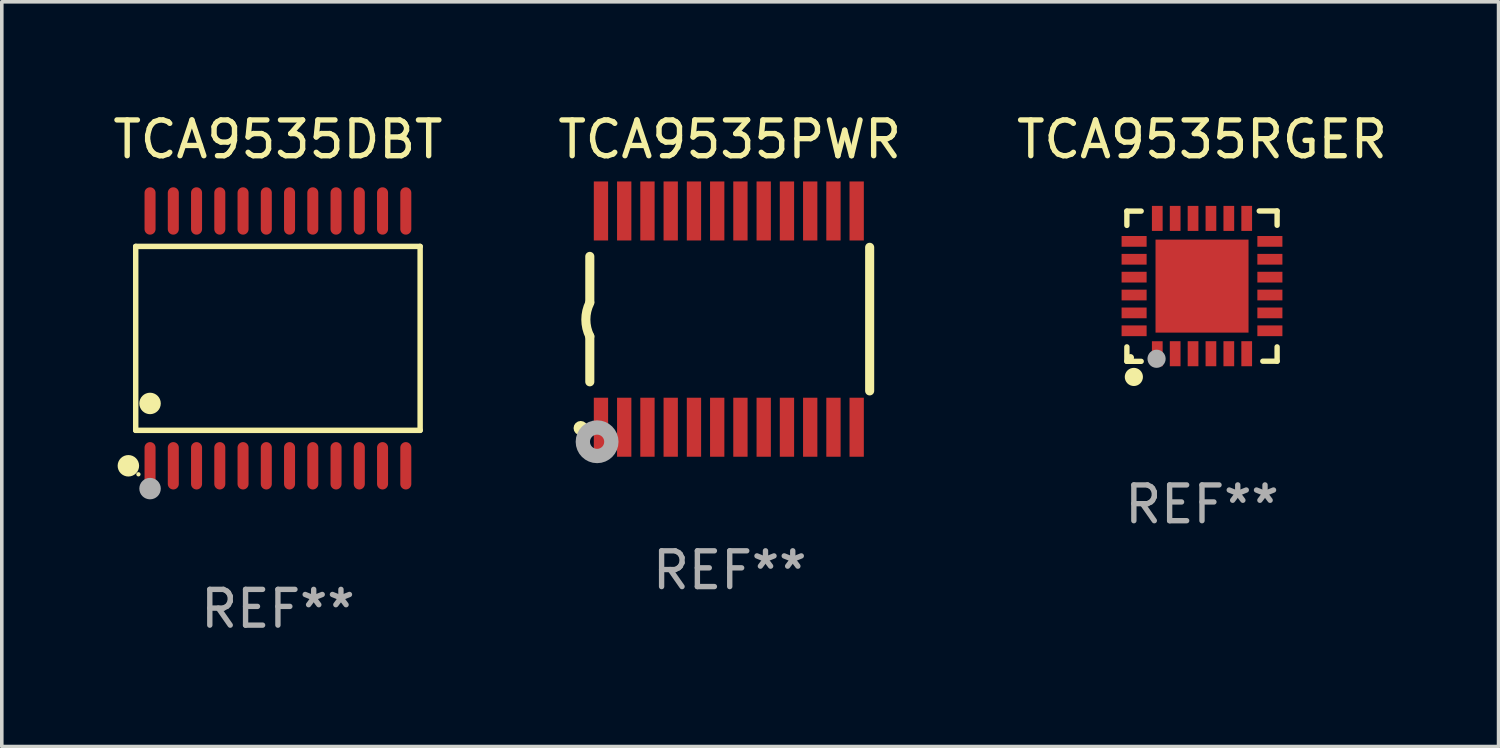
<source format=kicad_pcb>
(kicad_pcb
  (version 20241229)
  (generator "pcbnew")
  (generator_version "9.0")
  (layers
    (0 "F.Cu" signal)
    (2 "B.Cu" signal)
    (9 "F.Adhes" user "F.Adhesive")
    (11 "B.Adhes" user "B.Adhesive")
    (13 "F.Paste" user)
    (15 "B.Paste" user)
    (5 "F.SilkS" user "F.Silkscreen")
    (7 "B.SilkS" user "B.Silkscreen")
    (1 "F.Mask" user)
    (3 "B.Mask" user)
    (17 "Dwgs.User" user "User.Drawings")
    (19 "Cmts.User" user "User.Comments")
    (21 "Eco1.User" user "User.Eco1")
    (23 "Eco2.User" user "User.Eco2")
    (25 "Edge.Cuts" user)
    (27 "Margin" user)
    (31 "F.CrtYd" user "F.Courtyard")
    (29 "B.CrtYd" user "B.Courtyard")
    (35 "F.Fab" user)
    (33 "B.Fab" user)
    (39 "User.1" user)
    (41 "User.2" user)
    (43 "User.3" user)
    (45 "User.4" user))
  (footprint "TCA9535DBT"
    (layer "F.Cu")
    (at 4.72 6.41)
    (property "Reference" "TCA9535DBT" (at 0 -5.562 0) (layer "F.SilkS") (effects (font (size 1 1) (thickness 0.15))))
    (attr through_hole)
    (fp_line (start -3.976 -2.571) (end 3.976 -2.571) (stroke (width 0.152) (type solid)) (layer "F.SilkS"))
    (fp_line (start -3.976 2.571) (end -3.976 -2.571) (stroke (width 0.152) (type solid)) (layer "F.SilkS"))
    (fp_line (start 3.976 -2.571) (end 3.976 2.571) (stroke (width 0.152) (type solid)) (layer "F.SilkS"))
    (fp_line (start 3.976 2.571) (end -3.976 2.571) (stroke (width 0.152) (type solid)) (layer "F.SilkS"))
    (fp_circle (center -4.181 3.562) (end -4.031 3.562) (stroke (width 0.3) (type solid)) (fill no) (layer "F.SilkS"))
    (fp_circle (center -3.9 3.8) (end -3.87 3.8) (stroke (width 0.06) (type solid)) (fill no) (layer "F.SilkS"))
    (fp_circle (center -3.575 1.819) (end -3.425 1.819) (stroke (width 0.3) (type solid)) (fill no) (layer "F.SilkS"))
    (fp_circle (center -3.575 4.2) (end -3.425 4.2) (stroke (width 0.3) (type solid)) (fill no) (layer "F.Fab"))
    (fp_text user "REF**" (at 0 7.562 0) (layer "F.Fab") (effects (font (size 1 1) (thickness 0.15))))
    (pad "1" smd oval (at -3.575 3.562) (size 0.308 1.324) (layers "F.Cu" "F.Mask" "F.Paste"))
    (pad "2" smd oval (at -2.925 3.562) (size 0.308 1.324) (layers "F.Cu" "F.Mask" "F.Paste"))
    (pad "3" smd oval (at -2.275 3.562) (size 0.308 1.324) (layers "F.Cu" "F.Mask" "F.Paste"))
    (pad "4" smd oval (at -1.625 3.562) (size 0.308 1.324) (layers "F.Cu" "F.Mask" "F.Paste"))
    (pad "5" smd oval (at -0.975 3.562) (size 0.308 1.324) (layers "F.Cu" "F.Mask" "F.Paste"))
    (pad "6" smd oval (at -0.325 3.562) (size 0.308 1.324) (layers "F.Cu" "F.Mask" "F.Paste"))
    (pad "7" smd oval (at 0.325 3.562) (size 0.308 1.324) (layers "F.Cu" "F.Mask" "F.Paste"))
    (pad "8" smd oval (at 0.975 3.562) (size 0.308 1.324) (layers "F.Cu" "F.Mask" "F.Paste"))
    (pad "9" smd oval (at 1.625 3.562) (size 0.308 1.324) (layers "F.Cu" "F.Mask" "F.Paste"))
    (pad "10" smd oval (at 2.275 3.562) (size 0.308 1.324) (layers "F.Cu" "F.Mask" "F.Paste"))
    (pad "11" smd oval (at 2.925 3.562) (size 0.308 1.324) (layers "F.Cu" "F.Mask" "F.Paste"))
    (pad "12" smd oval (at 3.575 3.562) (size 0.308 1.324) (layers "F.Cu" "F.Mask" "F.Paste"))
    (pad "13" smd oval (at 3.575 -3.562) (size 0.308 1.324) (layers "F.Cu" "F.Mask" "F.Paste"))
    (pad "14" smd oval (at 2.925 -3.562) (size 0.308 1.324) (layers "F.Cu" "F.Mask" "F.Paste"))
    (pad "15" smd oval (at 2.275 -3.562) (size 0.308 1.324) (layers "F.Cu" "F.Mask" "F.Paste"))
    (pad "16" smd oval (at 1.625 -3.562) (size 0.308 1.324) (layers "F.Cu" "F.Mask" "F.Paste"))
    (pad "17" smd oval (at 0.975 -3.562) (size 0.308 1.324) (layers "F.Cu" "F.Mask" "F.Paste"))
    (pad "18" smd oval (at 0.325 -3.562) (size 0.308 1.324) (layers "F.Cu" "F.Mask" "F.Paste"))
    (pad "19" smd oval (at -0.325 -3.562) (size 0.308 1.324) (layers "F.Cu" "F.Mask" "F.Paste"))
    (pad "20" smd oval (at -0.975 -3.562) (size 0.308 1.324) (layers "F.Cu" "F.Mask" "F.Paste"))
    (pad "21" smd oval (at -1.625 -3.562) (size 0.308 1.324) (layers "F.Cu" "F.Mask" "F.Paste"))
    (pad "22" smd oval (at -2.275 -3.562) (size 0.308 1.324) (layers "F.Cu" "F.Mask" "F.Paste"))
    (pad "23" smd oval (at -2.925 -3.562) (size 0.308 1.324) (layers "F.Cu" "F.Mask" "F.Paste"))
    (pad "24" smd oval (at -3.575 -3.562) (size 0.308 1.324) (layers "F.Cu" "F.Mask" "F.Paste")))
  (footprint "TCA9535RGER"
    (layer "F.Cu")
    (at 30.554 4.95)
    (property "Reference" "TCA9535RGER" (at 0 -4.102 0) (layer "F.SilkS") (effects (font (size 1 1) (thickness 0.15))))
    (attr through_hole)
    (fp_line (start -2.1 -2.098) (end -1.7 -2.098) (stroke (width 0.15) (type solid)) (layer "F.SilkS"))
    (fp_line (start -2.1 -1.698) (end -2.1 -2.098) (stroke (width 0.15) (type solid)) (layer "F.SilkS"))
    (fp_line (start -2.1 2.102) (end -2.1 1.698) (stroke (width 0.15) (type solid)) (layer "F.SilkS"))
    (fp_line (start -1.7 2.102) (end -2.1 2.102) (stroke (width 0.15) (type solid)) (layer "F.SilkS"))
    (fp_line (start 1.6 -2.102) (end 2.1 -2.102) (stroke (width 0.15) (type solid)) (layer "F.SilkS"))
    (fp_line (start 1.7 2.098) (end 2.1 2.098) (stroke (width 0.15) (type solid)) (layer "F.SilkS"))
    (fp_line (start 2.1 -2.102) (end 2.1 -1.702) (stroke (width 0.15) (type solid)) (layer "F.SilkS"))
    (fp_line (start 2.1 2.098) (end 2.1 1.698) (stroke (width 0.15) (type solid)) (layer "F.SilkS"))
    (fp_circle (center -2 1.998) (end -1.95 1.998) (stroke (width 0.1) (type solid)) (fill no) (layer "F.SilkS"))
    (fp_circle (center -1.905 2.538) (end -1.778 2.538) (stroke (width 0.254) (type solid)) (fill no) (layer "F.SilkS"))
    (fp_circle (center -1.27 2.03) (end -1.143 2.03) (stroke (width 0.254) (type solid)) (fill no) (layer "F.Fab"))
    (fp_text user "REF**" (at 0 6.102 0) (layer "F.Fab") (effects (font (size 1 1) (thickness 0.15))))
    (pad "1" smd rect (at -1.25 1.89 180) (size 0.3 0.7) (layers "F.Cu" "F.Mask" "F.Paste"))
    (pad "2" smd rect (at -0.75 1.889 180) (size 0.3 0.7) (layers "F.Cu" "F.Mask" "F.Paste"))
    (pad "3" smd rect (at -0.25 1.889 180) (size 0.3 0.7) (layers "F.Cu" "F.Mask" "F.Paste"))
    (pad "4" smd rect (at 0.25 1.889 180) (size 0.3 0.7) (layers "F.Cu" "F.Mask" "F.Paste"))
    (pad "5" smd rect (at 0.75 1.889 180) (size 0.3 0.7) (layers "F.Cu" "F.Mask" "F.Paste"))
    (pad "6" smd rect (at 1.25 1.889 180) (size 0.3 0.7) (layers "F.Cu" "F.Mask" "F.Paste"))
    (pad "7" smd rect (at 1.898 1.248 270) (size 0.3 0.7) (layers "F.Cu" "F.Mask" "F.Paste"))
    (pad "8" smd rect (at 1.898 0.748 270) (size 0.3 0.7) (layers "F.Cu" "F.Mask" "F.Paste"))
    (pad "9" smd rect (at 1.898 0.248 270) (size 0.3 0.7) (layers "F.Cu" "F.Mask" "F.Paste"))
    (pad "10" smd rect (at 1.898 -0.252 270) (size 0.3 0.7) (layers "F.Cu" "F.Mask" "F.Paste"))
    (pad "11" smd rect (at 1.898 -0.752 270) (size 0.3 0.7) (layers "F.Cu" "F.Mask" "F.Paste"))
    (pad "12" smd rect (at 1.898 -1.252 270) (size 0.3 0.7) (layers "F.Cu" "F.Mask" "F.Paste"))
    (pad "13" smd rect (at 1.25 -1.894) (size 0.3 0.7) (layers "F.Cu" "F.Mask" "F.Paste"))
    (pad "14" smd rect (at 0.75 -1.894) (size 0.3 0.7) (layers "F.Cu" "F.Mask" "F.Paste"))
    (pad "15" smd rect (at 0.25 -1.894) (size 0.3 0.7) (layers "F.Cu" "F.Mask" "F.Paste"))
    (pad "16" smd rect (at -0.25 -1.894) (size 0.3 0.7) (layers "F.Cu" "F.Mask" "F.Paste"))
    (pad "17" smd rect (at -0.75 -1.894) (size 0.3 0.7) (layers "F.Cu" "F.Mask" "F.Paste"))
    (pad "18" smd rect (at -1.25 -1.894) (size 0.3 0.7) (layers "F.Cu" "F.Mask" "F.Paste"))
    (pad "19" smd rect (at -1.898 -1.252 90) (size 0.3 0.7) (layers "F.Cu" "F.Mask" "F.Paste"))
    (pad "20" smd rect (at -1.898 -0.752 90) (size 0.3 0.7) (layers "F.Cu" "F.Mask" "F.Paste"))
    (pad "21" smd rect (at -1.898 -0.252 90) (size 0.3 0.7) (layers "F.Cu" "F.Mask" "F.Paste"))
    (pad "22" smd rect (at -1.898 0.248 90) (size 0.3 0.7) (layers "F.Cu" "F.Mask" "F.Paste"))
    (pad "23" smd rect (at -1.898 0.748 90) (size 0.3 0.7) (layers "F.Cu" "F.Mask" "F.Paste"))
    (pad "24" smd rect (at -1.898 1.248 90) (size 0.3 0.7) (layers "F.Cu" "F.Mask" "F.Paste"))
    (pad "25" smd rect (at 0.001 -0.001 90) (size 2.6 2.6) (layers "F.Cu" "F.Mask" "F.Paste")))
  (footprint "TCA9535PWR"
    (layer "F.Cu")
    (at 17.351 5.871)
    (property "Reference" "TCA9535PWR" (at 0 -5.023 0) (layer "F.SilkS") (effects (font (size 1 1) (thickness 0.15))))
    (attr through_hole)
    (fp_line (start -3.912 -0.483) (end -3.912 -1.753) (stroke (width 0.254) (type solid)) (layer "F.SilkS"))
    (fp_line (start -3.912 1.753) (end -3.912 0.483) (stroke (width 0.254) (type solid)) (layer "F.SilkS"))
    (fp_line (start 3.912 -2.007) (end 3.912 2.007) (stroke (width 0.254) (type solid)) (layer "F.SilkS"))
    (fp_arc (start -3.911608 0.482601) (mid -4.022537 0.0127) (end -3.911608 -0.457201) (stroke (width 0.254001) (type solid)) (layer "F.SilkS"))
    (fp_circle (center -4.166 3.048) (end -4.066 3.048) (stroke (width 0.2) (type solid)) (fill no) (layer "F.SilkS"))
    (fp_circle (center -3.925 3.186) (end -3.895 3.186) (stroke (width 0.06) (type solid)) (fill no) (layer "F.SilkS"))
    (fp_circle (center -3.708 3.429) (end -3.509 3.429) (stroke (width 0.4) (type solid)) (fill no) (layer "F.Fab"))
    (fp_text user "REF**" (at 0 7.023 0) (layer "F.Fab") (effects (font (size 1 1) (thickness 0.15))))
    (pad "1" smd rect (at -3.6 3.023) (size 0.4 1.65) (layers "F.Cu" "F.Mask" "F.Paste"))
    (pad "2" smd rect (at -2.95 3.023) (size 0.4 1.65) (layers "F.Cu" "F.Mask" "F.Paste"))
    (pad "3" smd rect (at -2.3 3.023) (size 0.4 1.65) (layers "F.Cu" "F.Mask" "F.Paste"))
    (pad "4" smd rect (at -1.65 3.023) (size 0.4 1.65) (layers "F.Cu" "F.Mask" "F.Paste"))
    (pad "5" smd rect (at -1 3.023) (size 0.4 1.65) (layers "F.Cu" "F.Mask" "F.Paste"))
    (pad "6" smd rect (at -0.35 3.023) (size 0.4 1.65) (layers "F.Cu" "F.Mask" "F.Paste"))
    (pad "7" smd rect (at 0.299 3.023) (size 0.4 1.65) (layers "F.Cu" "F.Mask" "F.Paste"))
    (pad "8" smd rect (at 0.95 3.023) (size 0.4 1.65) (layers "F.Cu" "F.Mask" "F.Paste"))
    (pad "9" smd rect (at 1.6 3.023) (size 0.4 1.65) (layers "F.Cu" "F.Mask" "F.Paste"))
    (pad "10" smd rect (at 2.25 3.023) (size 0.4 1.65) (layers "F.Cu" "F.Mask" "F.Paste"))
    (pad "11" smd rect (at 2.9 3.023) (size 0.4 1.65) (layers "F.Cu" "F.Mask" "F.Paste"))
    (pad "12" smd rect (at 3.549 3.023) (size 0.4 1.65) (layers "F.Cu" "F.Mask" "F.Paste"))
    (pad "13" smd rect (at 3.549 -3.023) (size 0.4 1.65) (layers "F.Cu" "F.Mask" "F.Paste"))
    (pad "14" smd rect (at 2.9 -3.023) (size 0.4 1.65) (layers "F.Cu" "F.Mask" "F.Paste"))
    (pad "15" smd rect (at 2.25 -3.023) (size 0.4 1.65) (layers "F.Cu" "F.Mask" "F.Paste"))
    (pad "16" smd rect (at 1.6 -3.023) (size 0.4 1.65) (layers "F.Cu" "F.Mask" "F.Paste"))
    (pad "17" smd rect (at 0.95 -3.023) (size 0.4 1.65) (layers "F.Cu" "F.Mask" "F.Paste"))
    (pad "18" smd rect (at 0.299 -3.023) (size 0.4 1.65) (layers "F.Cu" "F.Mask" "F.Paste"))
    (pad "19" smd rect (at -0.35 -3.023) (size 0.4 1.65) (layers "F.Cu" "F.Mask" "F.Paste"))
    (pad "20" smd rect (at -1 -3.023) (size 0.4 1.65) (layers "F.Cu" "F.Mask" "F.Paste"))
    (pad "21" smd rect (at -1.65 -3.023) (size 0.4 1.65) (layers "F.Cu" "F.Mask" "F.Paste"))
    (pad "22" smd rect (at -2.3 -3.023) (size 0.4 1.65) (layers "F.Cu" "F.Mask" "F.Paste"))
    (pad "23" smd rect (at -2.95 -3.023) (size 0.4 1.65) (layers "F.Cu" "F.Mask" "F.Paste"))
    (pad "24" smd rect (at -3.6 -3.023) (size 0.4 1.65) (layers "F.Cu" "F.Mask" "F.Paste")))
  (gr_rect
    (start -3 -3)
    (end 38.845 17.821)
    (stroke (width 0.1) (type default))
    (fill no)
    (layer "Edge.Cuts")))
</source>
